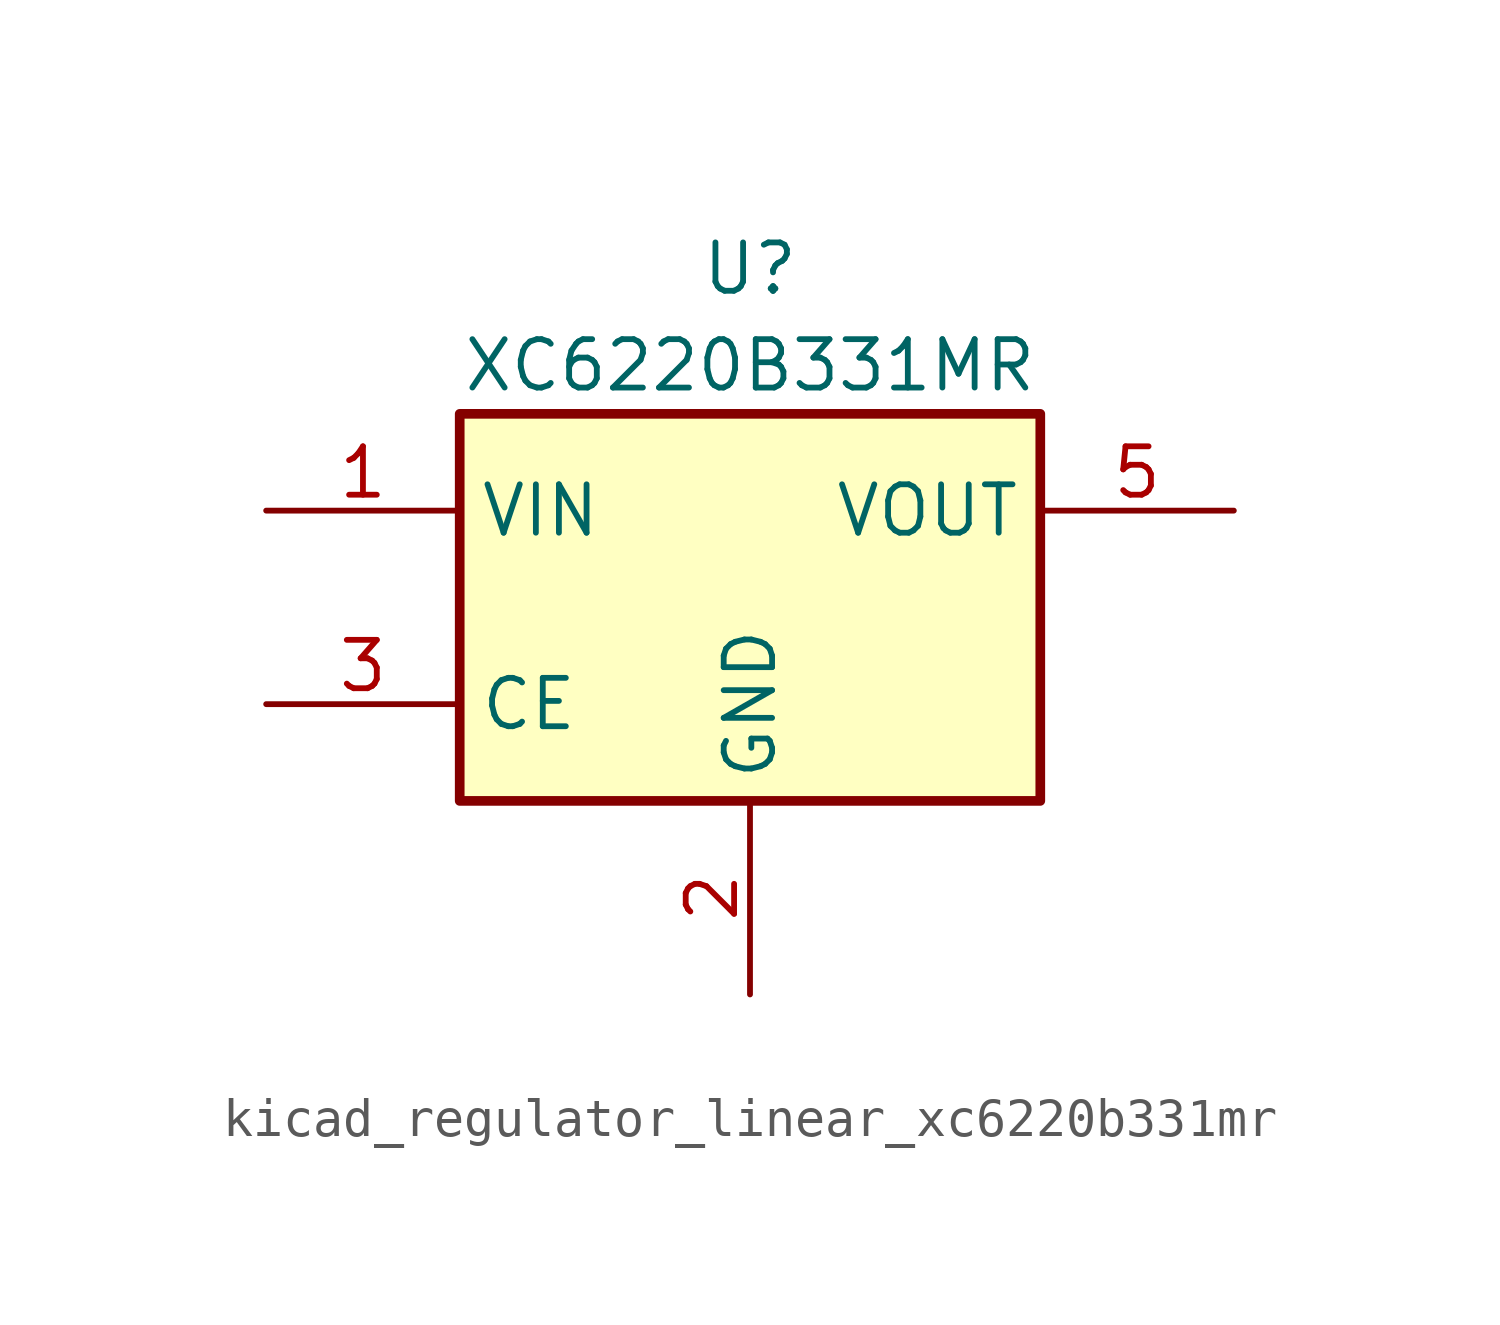
<source format=kicad_sym>
(kicad_symbol_lib
  (version 20220914)
  (generator kicad_symbol_editor)
  (symbol "kicad_regulator_linear_xc6220b331mr"
    (property "Reference" "U"
      (at 0 8.89 0)
      (effects (font (size 1.27 1.27))))
    (property "Value" "XC6220B331MR"
      (at 0 6.35 0)
      (effects (font (size 1.27 1.27))))
    (symbol "kicad_regulator_linear_xc6220b331mr_0_1"
      (rectangle (start -7.62 5.08) (end 7.62 -5.08) (stroke (width 0.254) (type default)) (fill (type background))))
    (symbol "kicad_regulator_linear_xc6220b331mr_1_1"
      (pin power_in line (at -12.7 2.54 0) (length 5.08) (name "VIN" (effects (font (size 1.27 1.27)))) (number "1" (effects (font (size 1.27 1.27)))))
      (pin power_in line (at 0 -10.16 90) (length 5.08) (name "GND" (effects (font (size 1.27 1.27)))) (number "2" (effects (font (size 1.27 1.27)))))
      (pin input line (at -12.7 -2.54 0) (length 5.08) (name "CE" (effects (font (size 1.27 1.27)))) (number "3" (effects (font (size 1.27 1.27)))))
      (pin no_connect line (at 7.62 -2.54 180) (length 5.08) hide (name "NC" (effects (font (size 1.27 1.27)))) (number "4" (effects (font (size 1.27 1.27)))))
      (pin power_out line (at 12.7 2.54 180) (length 5.08) (name "VOUT" (effects (font (size 1.27 1.27)))) (number "5" (effects (font (size 1.27 1.27))))))))
</source>
